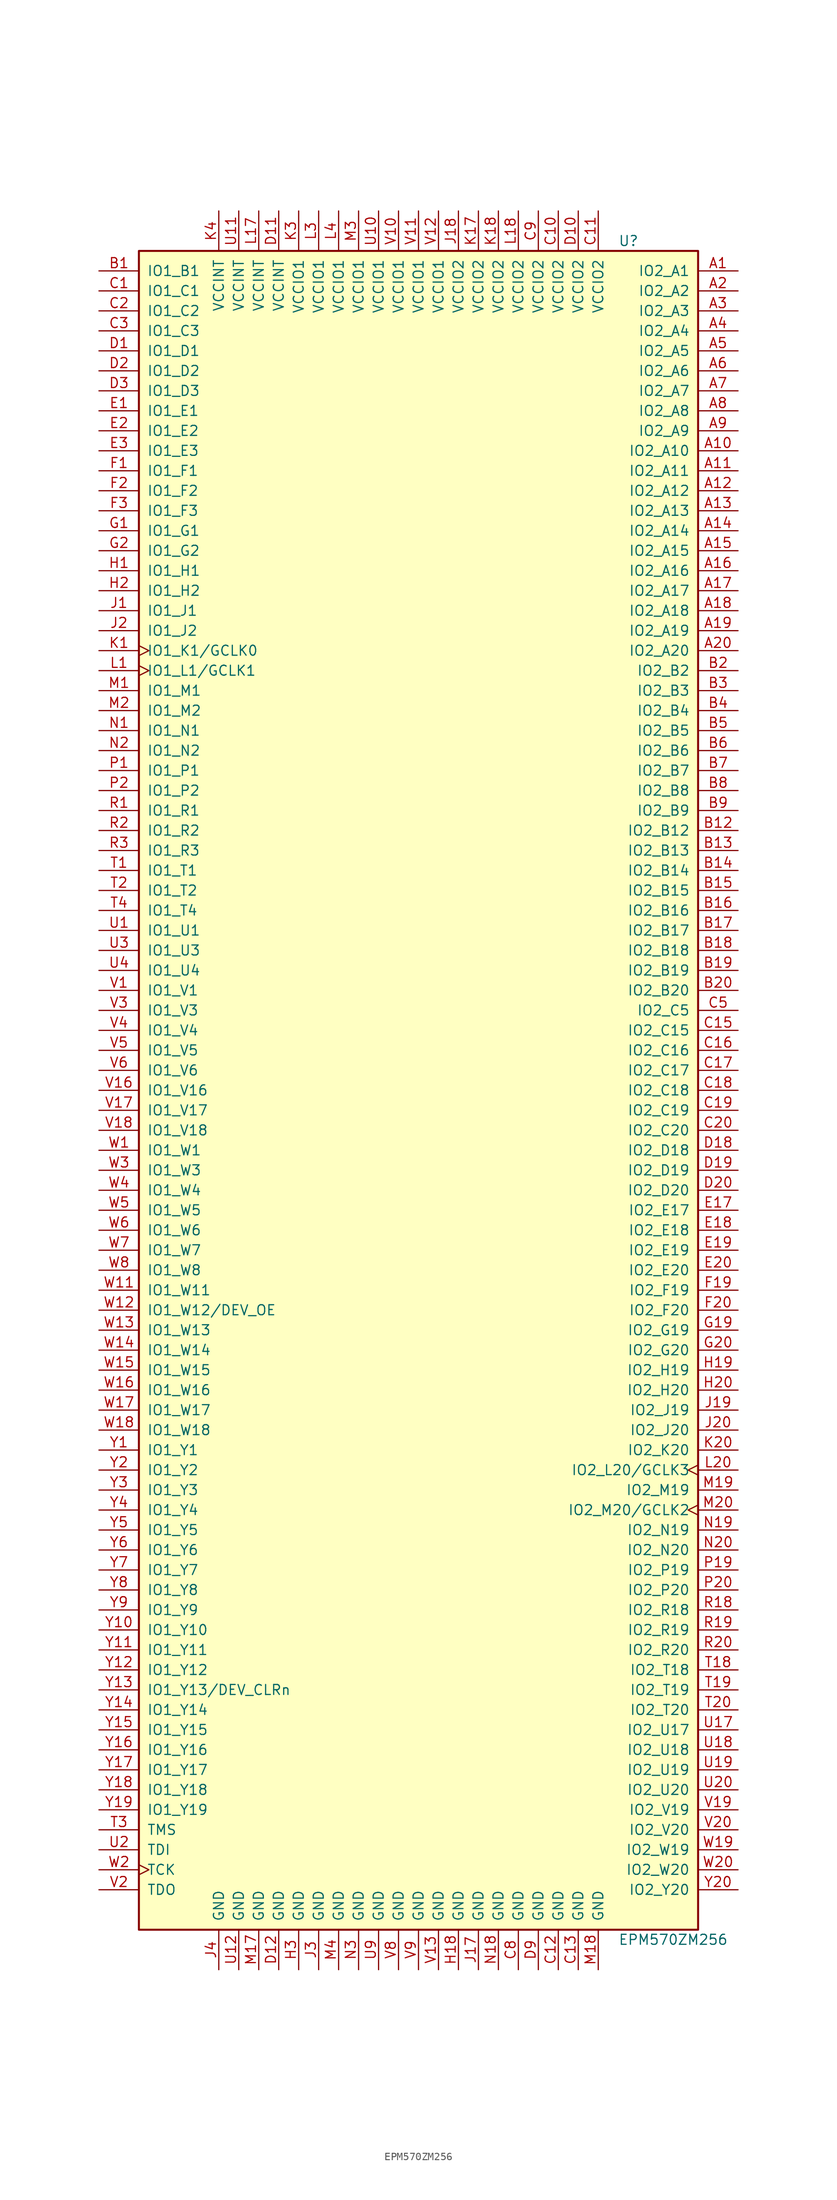
<source format=kicad_sym>
(kicad_symbol_lib
  (version 20201005)
  (generator kicad_symbol_editor)
  (symbol "CPLD_Altera:EPM570ZM256"
    (pin_names
      (offset 1.016))
    (property "Reference" "U"
      (at 25.4 107.95 0)
      (effects (font (size 1.27 1.27)) (justify left)))
    (property "Value" "EPM570ZM256"
      (at 25.4 -107.95 0)
      (effects (font (size 1.27 1.27)) (justify left)))
    (property "ki_locked" ""
      (at 0 0 0)
      (effects (font (size 1.27 1.27))))
    (symbol "EPM570ZM256_1_1"
      (rectangle (start -35.56 106.68) (end 35.56 -106.68) (stroke (width 0.254)) (fill (type background)))
      (pin bidirectional line (at 40.64 104.14 180) (length 5.08) (name "IO2_A1" (effects (font (size 1.27 1.27)))) (number "A1" (effects (font (size 1.27 1.27)))))
      (pin bidirectional line (at 40.64 101.6 180) (length 5.08) (name "IO2_A2" (effects (font (size 1.27 1.27)))) (number "A2" (effects (font (size 1.27 1.27)))))
      (pin bidirectional line (at 40.64 99.06 180) (length 5.08) (name "IO2_A3" (effects (font (size 1.27 1.27)))) (number "A3" (effects (font (size 1.27 1.27)))))
      (pin bidirectional line (at 40.64 96.52 180) (length 5.08) (name "IO2_A4" (effects (font (size 1.27 1.27)))) (number "A4" (effects (font (size 1.27 1.27)))))
      (pin bidirectional line (at 40.64 93.98 180) (length 5.08) (name "IO2_A5" (effects (font (size 1.27 1.27)))) (number "A5" (effects (font (size 1.27 1.27)))))
      (pin bidirectional line (at 40.64 91.44 180) (length 5.08) (name "IO2_A6" (effects (font (size 1.27 1.27)))) (number "A6" (effects (font (size 1.27 1.27)))))
      (pin bidirectional line (at 40.64 88.9 180) (length 5.08) (name "IO2_A7" (effects (font (size 1.27 1.27)))) (number "A7" (effects (font (size 1.27 1.27)))))
      (pin bidirectional line (at 40.64 86.36 180) (length 5.08) (name "IO2_A8" (effects (font (size 1.27 1.27)))) (number "A8" (effects (font (size 1.27 1.27)))))
      (pin bidirectional line (at 40.64 83.82 180) (length 5.08) (name "IO2_A9" (effects (font (size 1.27 1.27)))) (number "A9" (effects (font (size 1.27 1.27)))))
      (pin bidirectional line (at 40.64 81.28 180) (length 5.08) (name "IO2_A10" (effects (font (size 1.27 1.27)))) (number "A10" (effects (font (size 1.27 1.27)))))
      (pin bidirectional line (at 40.64 78.74 180) (length 5.08) (name "IO2_A11" (effects (font (size 1.27 1.27)))) (number "A11" (effects (font (size 1.27 1.27)))))
      (pin bidirectional line (at 40.64 76.2 180) (length 5.08) (name "IO2_A12" (effects (font (size 1.27 1.27)))) (number "A12" (effects (font (size 1.27 1.27)))))
      (pin bidirectional line (at 40.64 73.66 180) (length 5.08) (name "IO2_A13" (effects (font (size 1.27 1.27)))) (number "A13" (effects (font (size 1.27 1.27)))))
      (pin bidirectional line (at 40.64 71.12 180) (length 5.08) (name "IO2_A14" (effects (font (size 1.27 1.27)))) (number "A14" (effects (font (size 1.27 1.27)))))
      (pin bidirectional line (at 40.64 68.58 180) (length 5.08) (name "IO2_A15" (effects (font (size 1.27 1.27)))) (number "A15" (effects (font (size 1.27 1.27)))))
      (pin bidirectional line (at 40.64 66.04 180) (length 5.08) (name "IO2_A16" (effects (font (size 1.27 1.27)))) (number "A16" (effects (font (size 1.27 1.27)))))
      (pin bidirectional line (at 40.64 63.5 180) (length 5.08) (name "IO2_A17" (effects (font (size 1.27 1.27)))) (number "A17" (effects (font (size 1.27 1.27)))))
      (pin bidirectional line (at 40.64 60.96 180) (length 5.08) (name "IO2_A18" (effects (font (size 1.27 1.27)))) (number "A18" (effects (font (size 1.27 1.27)))))
      (pin bidirectional line (at 40.64 58.42 180) (length 5.08) (name "IO2_A19" (effects (font (size 1.27 1.27)))) (number "A19" (effects (font (size 1.27 1.27)))))
      (pin bidirectional line (at 40.64 55.88 180) (length 5.08) (name "IO2_A20" (effects (font (size 1.27 1.27)))) (number "A20" (effects (font (size 1.27 1.27)))))
      (pin bidirectional line (at -40.64 104.14 0) (length 5.08) (name "IO1_B1" (effects (font (size 1.27 1.27)))) (number "B1" (effects (font (size 1.27 1.27)))))
      (pin bidirectional line (at 40.64 53.34 180) (length 5.08) (name "IO2_B2" (effects (font (size 1.27 1.27)))) (number "B2" (effects (font (size 1.27 1.27)))))
      (pin bidirectional line (at 40.64 50.8 180) (length 5.08) (name "IO2_B3" (effects (font (size 1.27 1.27)))) (number "B3" (effects (font (size 1.27 1.27)))))
      (pin bidirectional line (at 40.64 48.26 180) (length 5.08) (name "IO2_B4" (effects (font (size 1.27 1.27)))) (number "B4" (effects (font (size 1.27 1.27)))))
      (pin bidirectional line (at 40.64 45.72 180) (length 5.08) (name "IO2_B5" (effects (font (size 1.27 1.27)))) (number "B5" (effects (font (size 1.27 1.27)))))
      (pin bidirectional line (at 40.64 43.18 180) (length 5.08) (name "IO2_B6" (effects (font (size 1.27 1.27)))) (number "B6" (effects (font (size 1.27 1.27)))))
      (pin bidirectional line (at 40.64 40.64 180) (length 5.08) (name "IO2_B7" (effects (font (size 1.27 1.27)))) (number "B7" (effects (font (size 1.27 1.27)))))
      (pin bidirectional line (at 40.64 38.1 180) (length 5.08) (name "IO2_B8" (effects (font (size 1.27 1.27)))) (number "B8" (effects (font (size 1.27 1.27)))))
      (pin bidirectional line (at 40.64 35.56 180) (length 5.08) (name "IO2_B9" (effects (font (size 1.27 1.27)))) (number "B9" (effects (font (size 1.27 1.27)))))
      (pin bidirectional line (at 40.64 33.02 180) (length 5.08) (name "IO2_B12" (effects (font (size 1.27 1.27)))) (number "B12" (effects (font (size 1.27 1.27)))))
      (pin bidirectional line (at 40.64 30.48 180) (length 5.08) (name "IO2_B13" (effects (font (size 1.27 1.27)))) (number "B13" (effects (font (size 1.27 1.27)))))
      (pin bidirectional line (at 40.64 27.94 180) (length 5.08) (name "IO2_B14" (effects (font (size 1.27 1.27)))) (number "B14" (effects (font (size 1.27 1.27)))))
      (pin bidirectional line (at 40.64 25.4 180) (length 5.08) (name "IO2_B15" (effects (font (size 1.27 1.27)))) (number "B15" (effects (font (size 1.27 1.27)))))
      (pin bidirectional line (at 40.64 22.86 180) (length 5.08) (name "IO2_B16" (effects (font (size 1.27 1.27)))) (number "B16" (effects (font (size 1.27 1.27)))))
      (pin bidirectional line (at 40.64 20.32 180) (length 5.08) (name "IO2_B17" (effects (font (size 1.27 1.27)))) (number "B17" (effects (font (size 1.27 1.27)))))
      (pin bidirectional line (at 40.64 17.78 180) (length 5.08) (name "IO2_B18" (effects (font (size 1.27 1.27)))) (number "B18" (effects (font (size 1.27 1.27)))))
      (pin bidirectional line (at 40.64 15.24 180) (length 5.08) (name "IO2_B19" (effects (font (size 1.27 1.27)))) (number "B19" (effects (font (size 1.27 1.27)))))
      (pin bidirectional line (at 40.64 12.7 180) (length 5.08) (name "IO2_B20" (effects (font (size 1.27 1.27)))) (number "B20" (effects (font (size 1.27 1.27)))))
      (pin bidirectional line (at -40.64 101.6 0) (length 5.08) (name "IO1_C1" (effects (font (size 1.27 1.27)))) (number "C1" (effects (font (size 1.27 1.27)))))
      (pin bidirectional line (at -40.64 99.06 0) (length 5.08) (name "IO1_C2" (effects (font (size 1.27 1.27)))) (number "C2" (effects (font (size 1.27 1.27)))))
      (pin bidirectional line (at -40.64 96.52 0) (length 5.08) (name "IO1_C3" (effects (font (size 1.27 1.27)))) (number "C3" (effects (font (size 1.27 1.27)))))
      (pin bidirectional line (at 40.64 10.16 180) (length 5.08) (name "IO2_C5" (effects (font (size 1.27 1.27)))) (number "C5" (effects (font (size 1.27 1.27)))))
      (pin bidirectional line (at 40.64 7.62 180) (length 5.08) (name "IO2_C15" (effects (font (size 1.27 1.27)))) (number "C15" (effects (font (size 1.27 1.27)))))
      (pin bidirectional line (at 40.64 5.08 180) (length 5.08) (name "IO2_C16" (effects (font (size 1.27 1.27)))) (number "C16" (effects (font (size 1.27 1.27)))))
      (pin bidirectional line (at 40.64 2.54 180) (length 5.08) (name "IO2_C17" (effects (font (size 1.27 1.27)))) (number "C17" (effects (font (size 1.27 1.27)))))
      (pin bidirectional line (at 40.64 0 180) (length 5.08) (name "IO2_C18" (effects (font (size 1.27 1.27)))) (number "C18" (effects (font (size 1.27 1.27)))))
      (pin bidirectional line (at 40.64 -2.54 180) (length 5.08) (name "IO2_C19" (effects (font (size 1.27 1.27)))) (number "C19" (effects (font (size 1.27 1.27)))))
      (pin bidirectional line (at 40.64 -5.08 180) (length 5.08) (name "IO2_C20" (effects (font (size 1.27 1.27)))) (number "C20" (effects (font (size 1.27 1.27)))))
      (pin bidirectional line (at -40.64 93.98 0) (length 5.08) (name "IO1_D1" (effects (font (size 1.27 1.27)))) (number "D1" (effects (font (size 1.27 1.27)))))
      (pin bidirectional line (at -40.64 91.44 0) (length 5.08) (name "IO1_D2" (effects (font (size 1.27 1.27)))) (number "D2" (effects (font (size 1.27 1.27)))))
      (pin bidirectional line (at -40.64 88.9 0) (length 5.08) (name "IO1_D3" (effects (font (size 1.27 1.27)))) (number "D3" (effects (font (size 1.27 1.27)))))
      (pin bidirectional line (at 40.64 -7.62 180) (length 5.08) (name "IO2_D18" (effects (font (size 1.27 1.27)))) (number "D18" (effects (font (size 1.27 1.27)))))
      (pin bidirectional line (at 40.64 -10.16 180) (length 5.08) (name "IO2_D19" (effects (font (size 1.27 1.27)))) (number "D19" (effects (font (size 1.27 1.27)))))
      (pin bidirectional line (at 40.64 -12.7 180) (length 5.08) (name "IO2_D20" (effects (font (size 1.27 1.27)))) (number "D20" (effects (font (size 1.27 1.27)))))
      (pin bidirectional line (at -40.64 86.36 0) (length 5.08) (name "IO1_E1" (effects (font (size 1.27 1.27)))) (number "E1" (effects (font (size 1.27 1.27)))))
      (pin bidirectional line (at -40.64 83.82 0) (length 5.08) (name "IO1_E2" (effects (font (size 1.27 1.27)))) (number "E2" (effects (font (size 1.27 1.27)))))
      (pin bidirectional line (at -40.64 81.28 0) (length 5.08) (name "IO1_E3" (effects (font (size 1.27 1.27)))) (number "E3" (effects (font (size 1.27 1.27)))))
      (pin bidirectional line (at 40.64 -15.24 180) (length 5.08) (name "IO2_E17" (effects (font (size 1.27 1.27)))) (number "E17" (effects (font (size 1.27 1.27)))))
      (pin bidirectional line (at 40.64 -17.78 180) (length 5.08) (name "IO2_E18" (effects (font (size 1.27 1.27)))) (number "E18" (effects (font (size 1.27 1.27)))))
      (pin bidirectional line (at 40.64 -20.32 180) (length 5.08) (name "IO2_E19" (effects (font (size 1.27 1.27)))) (number "E19" (effects (font (size 1.27 1.27)))))
      (pin bidirectional line (at 40.64 -22.86 180) (length 5.08) (name "IO2_E20" (effects (font (size 1.27 1.27)))) (number "E20" (effects (font (size 1.27 1.27)))))
      (pin bidirectional line (at -40.64 78.74 0) (length 5.08) (name "IO1_F1" (effects (font (size 1.27 1.27)))) (number "F1" (effects (font (size 1.27 1.27)))))
      (pin bidirectional line (at -40.64 76.2 0) (length 5.08) (name "IO1_F2" (effects (font (size 1.27 1.27)))) (number "F2" (effects (font (size 1.27 1.27)))))
      (pin bidirectional line (at -40.64 73.66 0) (length 5.08) (name "IO1_F3" (effects (font (size 1.27 1.27)))) (number "F3" (effects (font (size 1.27 1.27)))))
      (pin bidirectional line (at 40.64 -25.4 180) (length 5.08) (name "IO2_F19" (effects (font (size 1.27 1.27)))) (number "F19" (effects (font (size 1.27 1.27)))))
      (pin bidirectional line (at 40.64 -27.94 180) (length 5.08) (name "IO2_F20" (effects (font (size 1.27 1.27)))) (number "F20" (effects (font (size 1.27 1.27)))))
      (pin bidirectional line (at -40.64 71.12 0) (length 5.08) (name "IO1_G1" (effects (font (size 1.27 1.27)))) (number "G1" (effects (font (size 1.27 1.27)))))
      (pin bidirectional line (at -40.64 68.58 0) (length 5.08) (name "IO1_G2" (effects (font (size 1.27 1.27)))) (number "G2" (effects (font (size 1.27 1.27)))))
      (pin bidirectional line (at 40.64 -30.48 180) (length 5.08) (name "IO2_G19" (effects (font (size 1.27 1.27)))) (number "G19" (effects (font (size 1.27 1.27)))))
      (pin bidirectional line (at 40.64 -33.02 180) (length 5.08) (name "IO2_G20" (effects (font (size 1.27 1.27)))) (number "G20" (effects (font (size 1.27 1.27)))))
      (pin bidirectional line (at -40.64 66.04 0) (length 5.08) (name "IO1_H1" (effects (font (size 1.27 1.27)))) (number "H1" (effects (font (size 1.27 1.27)))))
      (pin bidirectional line (at -40.64 63.5 0) (length 5.08) (name "IO1_H2" (effects (font (size 1.27 1.27)))) (number "H2" (effects (font (size 1.27 1.27)))))
      (pin bidirectional line (at 40.64 -35.56 180) (length 5.08) (name "IO2_H19" (effects (font (size 1.27 1.27)))) (number "H19" (effects (font (size 1.27 1.27)))))
      (pin bidirectional line (at 40.64 -38.1 180) (length 5.08) (name "IO2_H20" (effects (font (size 1.27 1.27)))) (number "H20" (effects (font (size 1.27 1.27)))))
      (pin bidirectional line (at -40.64 60.96 0) (length 5.08) (name "IO1_J1" (effects (font (size 1.27 1.27)))) (number "J1" (effects (font (size 1.27 1.27)))))
      (pin bidirectional line (at -40.64 58.42 0) (length 5.08) (name "IO1_J2" (effects (font (size 1.27 1.27)))) (number "J2" (effects (font (size 1.27 1.27)))))
      (pin bidirectional line (at 40.64 -40.64 180) (length 5.08) (name "IO2_J19" (effects (font (size 1.27 1.27)))) (number "J19" (effects (font (size 1.27 1.27)))))
      (pin bidirectional line (at 40.64 -43.18 180) (length 5.08) (name "IO2_J20" (effects (font (size 1.27 1.27)))) (number "J20" (effects (font (size 1.27 1.27)))))
      (pin bidirectional clock (at -40.64 55.88 0) (length 5.08) (name "IO1_K1/GCLK0" (effects (font (size 1.27 1.27)))) (number "K1" (effects (font (size 1.27 1.27)))))
      (pin bidirectional line (at 40.64 -45.72 180) (length 5.08) (name "IO2_K20" (effects (font (size 1.27 1.27)))) (number "K20" (effects (font (size 1.27 1.27)))))
      (pin bidirectional clock (at -40.64 53.34 0) (length 5.08) (name "IO1_L1/GCLK1" (effects (font (size 1.27 1.27)))) (number "L1" (effects (font (size 1.27 1.27)))))
      (pin bidirectional clock (at 40.64 -48.26 180) (length 5.08) (name "IO2_L20/GCLK3" (effects (font (size 1.27 1.27)))) (number "L20" (effects (font (size 1.27 1.27)))))
      (pin bidirectional line (at -40.64 50.8 0) (length 5.08) (name "IO1_M1" (effects (font (size 1.27 1.27)))) (number "M1" (effects (font (size 1.27 1.27)))))
      (pin bidirectional line (at -40.64 48.26 0) (length 5.08) (name "IO1_M2" (effects (font (size 1.27 1.27)))) (number "M2" (effects (font (size 1.27 1.27)))))
      (pin bidirectional line (at 40.64 -50.8 180) (length 5.08) (name "IO2_M19" (effects (font (size 1.27 1.27)))) (number "M19" (effects (font (size 1.27 1.27)))))
      (pin bidirectional clock (at 40.64 -53.34 180) (length 5.08) (name "IO2_M20/GCLK2" (effects (font (size 1.27 1.27)))) (number "M20" (effects (font (size 1.27 1.27)))))
      (pin bidirectional line (at -40.64 45.72 0) (length 5.08) (name "IO1_N1" (effects (font (size 1.27 1.27)))) (number "N1" (effects (font (size 1.27 1.27)))))
      (pin bidirectional line (at -40.64 43.18 0) (length 5.08) (name "IO1_N2" (effects (font (size 1.27 1.27)))) (number "N2" (effects (font (size 1.27 1.27)))))
      (pin bidirectional line (at 40.64 -55.88 180) (length 5.08) (name "IO2_N19" (effects (font (size 1.27 1.27)))) (number "N19" (effects (font (size 1.27 1.27)))))
      (pin bidirectional line (at 40.64 -58.42 180) (length 5.08) (name "IO2_N20" (effects (font (size 1.27 1.27)))) (number "N20" (effects (font (size 1.27 1.27)))))
      (pin bidirectional line (at -40.64 40.64 0) (length 5.08) (name "IO1_P1" (effects (font (size 1.27 1.27)))) (number "P1" (effects (font (size 1.27 1.27)))))
      (pin bidirectional line (at -40.64 38.1 0) (length 5.08) (name "IO1_P2" (effects (font (size 1.27 1.27)))) (number "P2" (effects (font (size 1.27 1.27)))))
      (pin bidirectional line (at 40.64 -60.96 180) (length 5.08) (name "IO2_P19" (effects (font (size 1.27 1.27)))) (number "P19" (effects (font (size 1.27 1.27)))))
      (pin bidirectional line (at 40.64 -63.5 180) (length 5.08) (name "IO2_P20" (effects (font (size 1.27 1.27)))) (number "P20" (effects (font (size 1.27 1.27)))))
      (pin bidirectional line (at -40.64 35.56 0) (length 5.08) (name "IO1_R1" (effects (font (size 1.27 1.27)))) (number "R1" (effects (font (size 1.27 1.27)))))
      (pin bidirectional line (at -40.64 33.02 0) (length 5.08) (name "IO1_R2" (effects (font (size 1.27 1.27)))) (number "R2" (effects (font (size 1.27 1.27)))))
      (pin bidirectional line (at -40.64 30.48 0) (length 5.08) (name "IO1_R3" (effects (font (size 1.27 1.27)))) (number "R3" (effects (font (size 1.27 1.27)))))
      (pin bidirectional line (at 40.64 -66.04 180) (length 5.08) (name "IO2_R18" (effects (font (size 1.27 1.27)))) (number "R18" (effects (font (size 1.27 1.27)))))
      (pin bidirectional line (at 40.64 -68.58 180) (length 5.08) (name "IO2_R19" (effects (font (size 1.27 1.27)))) (number "R19" (effects (font (size 1.27 1.27)))))
      (pin bidirectional line (at 40.64 -71.12 180) (length 5.08) (name "IO2_R20" (effects (font (size 1.27 1.27)))) (number "R20" (effects (font (size 1.27 1.27)))))
      (pin bidirectional line (at -40.64 27.94 0) (length 5.08) (name "IO1_T1" (effects (font (size 1.27 1.27)))) (number "T1" (effects (font (size 1.27 1.27)))))
      (pin bidirectional line (at -40.64 25.4 0) (length 5.08) (name "IO1_T2" (effects (font (size 1.27 1.27)))) (number "T2" (effects (font (size 1.27 1.27)))))
      (pin bidirectional line (at -40.64 22.86 0) (length 5.08) (name "IO1_T4" (effects (font (size 1.27 1.27)))) (number "T4" (effects (font (size 1.27 1.27)))))
      (pin bidirectional line (at 40.64 -73.66 180) (length 5.08) (name "IO2_T18" (effects (font (size 1.27 1.27)))) (number "T18" (effects (font (size 1.27 1.27)))))
      (pin bidirectional line (at 40.64 -76.2 180) (length 5.08) (name "IO2_T19" (effects (font (size 1.27 1.27)))) (number "T19" (effects (font (size 1.27 1.27)))))
      (pin bidirectional line (at 40.64 -78.74 180) (length 5.08) (name "IO2_T20" (effects (font (size 1.27 1.27)))) (number "T20" (effects (font (size 1.27 1.27)))))
      (pin bidirectional line (at -40.64 20.32 0) (length 5.08) (name "IO1_U1" (effects (font (size 1.27 1.27)))) (number "U1" (effects (font (size 1.27 1.27)))))
      (pin bidirectional line (at -40.64 17.78 0) (length 5.08) (name "IO1_U3" (effects (font (size 1.27 1.27)))) (number "U3" (effects (font (size 1.27 1.27)))))
      (pin bidirectional line (at -40.64 15.24 0) (length 5.08) (name "IO1_U4" (effects (font (size 1.27 1.27)))) (number "U4" (effects (font (size 1.27 1.27)))))
      (pin bidirectional line (at 40.64 -81.28 180) (length 5.08) (name "IO2_U17" (effects (font (size 1.27 1.27)))) (number "U17" (effects (font (size 1.27 1.27)))))
      (pin bidirectional line (at 40.64 -83.82 180) (length 5.08) (name "IO2_U18" (effects (font (size 1.27 1.27)))) (number "U18" (effects (font (size 1.27 1.27)))))
      (pin bidirectional line (at 40.64 -86.36 180) (length 5.08) (name "IO2_U19" (effects (font (size 1.27 1.27)))) (number "U19" (effects (font (size 1.27 1.27)))))
      (pin bidirectional line (at 40.64 -88.9 180) (length 5.08) (name "IO2_U20" (effects (font (size 1.27 1.27)))) (number "U20" (effects (font (size 1.27 1.27)))))
      (pin bidirectional line (at -40.64 12.7 0) (length 5.08) (name "IO1_V1" (effects (font (size 1.27 1.27)))) (number "V1" (effects (font (size 1.27 1.27)))))
      (pin bidirectional line (at -40.64 10.16 0) (length 5.08) (name "IO1_V3" (effects (font (size 1.27 1.27)))) (number "V3" (effects (font (size 1.27 1.27)))))
      (pin bidirectional line (at -40.64 7.62 0) (length 5.08) (name "IO1_V4" (effects (font (size 1.27 1.27)))) (number "V4" (effects (font (size 1.27 1.27)))))
      (pin bidirectional line (at -40.64 5.08 0) (length 5.08) (name "IO1_V5" (effects (font (size 1.27 1.27)))) (number "V5" (effects (font (size 1.27 1.27)))))
      (pin bidirectional line (at -40.64 2.54 0) (length 5.08) (name "IO1_V6" (effects (font (size 1.27 1.27)))) (number "V6" (effects (font (size 1.27 1.27)))))
      (pin bidirectional line (at -40.64 0 0) (length 5.08) (name "IO1_V16" (effects (font (size 1.27 1.27)))) (number "V16" (effects (font (size 1.27 1.27)))))
      (pin bidirectional line (at -40.64 -2.54 0) (length 5.08) (name "IO1_V17" (effects (font (size 1.27 1.27)))) (number "V17" (effects (font (size 1.27 1.27)))))
      (pin bidirectional line (at -40.64 -5.08 0) (length 5.08) (name "IO1_V18" (effects (font (size 1.27 1.27)))) (number "V18" (effects (font (size 1.27 1.27)))))
      (pin bidirectional line (at 40.64 -91.44 180) (length 5.08) (name "IO2_V19" (effects (font (size 1.27 1.27)))) (number "V19" (effects (font (size 1.27 1.27)))))
      (pin bidirectional line (at 40.64 -93.98 180) (length 5.08) (name "IO2_V20" (effects (font (size 1.27 1.27)))) (number "V20" (effects (font (size 1.27 1.27)))))
      (pin bidirectional line (at -40.64 -7.62 0) (length 5.08) (name "IO1_W1" (effects (font (size 1.27 1.27)))) (number "W1" (effects (font (size 1.27 1.27)))))
      (pin bidirectional line (at -40.64 -10.16 0) (length 5.08) (name "IO1_W3" (effects (font (size 1.27 1.27)))) (number "W3" (effects (font (size 1.27 1.27)))))
      (pin bidirectional line (at -40.64 -12.7 0) (length 5.08) (name "IO1_W4" (effects (font (size 1.27 1.27)))) (number "W4" (effects (font (size 1.27 1.27)))))
      (pin bidirectional line (at -40.64 -15.24 0) (length 5.08) (name "IO1_W5" (effects (font (size 1.27 1.27)))) (number "W5" (effects (font (size 1.27 1.27)))))
      (pin bidirectional line (at -40.64 -17.78 0) (length 5.08) (name "IO1_W6" (effects (font (size 1.27 1.27)))) (number "W6" (effects (font (size 1.27 1.27)))))
      (pin bidirectional line (at -40.64 -20.32 0) (length 5.08) (name "IO1_W7" (effects (font (size 1.27 1.27)))) (number "W7" (effects (font (size 1.27 1.27)))))
      (pin bidirectional line (at -40.64 -22.86 0) (length 5.08) (name "IO1_W8" (effects (font (size 1.27 1.27)))) (number "W8" (effects (font (size 1.27 1.27)))))
      (pin bidirectional line (at -40.64 -25.4 0) (length 5.08) (name "IO1_W11" (effects (font (size 1.27 1.27)))) (number "W11" (effects (font (size 1.27 1.27)))))
      (pin bidirectional line (at -40.64 -27.94 0) (length 5.08) (name "IO1_W12/DEV_OE" (effects (font (size 1.27 1.27)))) (number "W12" (effects (font (size 1.27 1.27)))))
      (pin bidirectional line (at -40.64 -30.48 0) (length 5.08) (name "IO1_W13" (effects (font (size 1.27 1.27)))) (number "W13" (effects (font (size 1.27 1.27)))))
      (pin bidirectional line (at -40.64 -33.02 0) (length 5.08) (name "IO1_W14" (effects (font (size 1.27 1.27)))) (number "W14" (effects (font (size 1.27 1.27)))))
      (pin bidirectional line (at -40.64 -35.56 0) (length 5.08) (name "IO1_W15" (effects (font (size 1.27 1.27)))) (number "W15" (effects (font (size 1.27 1.27)))))
      (pin bidirectional line (at -40.64 -38.1 0) (length 5.08) (name "IO1_W16" (effects (font (size 1.27 1.27)))) (number "W16" (effects (font (size 1.27 1.27)))))
      (pin bidirectional line (at -40.64 -40.64 0) (length 5.08) (name "IO1_W17" (effects (font (size 1.27 1.27)))) (number "W17" (effects (font (size 1.27 1.27)))))
      (pin bidirectional line (at -40.64 -43.18 0) (length 5.08) (name "IO1_W18" (effects (font (size 1.27 1.27)))) (number "W18" (effects (font (size 1.27 1.27)))))
      (pin bidirectional line (at 40.64 -96.52 180) (length 5.08) (name "IO2_W19" (effects (font (size 1.27 1.27)))) (number "W19" (effects (font (size 1.27 1.27)))))
      (pin bidirectional line (at 40.64 -99.06 180) (length 5.08) (name "IO2_W20" (effects (font (size 1.27 1.27)))) (number "W20" (effects (font (size 1.27 1.27)))))
      (pin bidirectional line (at -40.64 -45.72 0) (length 5.08) (name "IO1_Y1" (effects (font (size 1.27 1.27)))) (number "Y1" (effects (font (size 1.27 1.27)))))
      (pin bidirectional line (at -40.64 -48.26 0) (length 5.08) (name "IO1_Y2" (effects (font (size 1.27 1.27)))) (number "Y2" (effects (font (size 1.27 1.27)))))
      (pin bidirectional line (at -40.64 -50.8 0) (length 5.08) (name "IO1_Y3" (effects (font (size 1.27 1.27)))) (number "Y3" (effects (font (size 1.27 1.27)))))
      (pin bidirectional line (at -40.64 -53.34 0) (length 5.08) (name "IO1_Y4" (effects (font (size 1.27 1.27)))) (number "Y4" (effects (font (size 1.27 1.27)))))
      (pin bidirectional line (at -40.64 -55.88 0) (length 5.08) (name "IO1_Y5" (effects (font (size 1.27 1.27)))) (number "Y5" (effects (font (size 1.27 1.27)))))
      (pin bidirectional line (at -40.64 -58.42 0) (length 5.08) (name "IO1_Y6" (effects (font (size 1.27 1.27)))) (number "Y6" (effects (font (size 1.27 1.27)))))
      (pin bidirectional line (at -40.64 -60.96 0) (length 5.08) (name "IO1_Y7" (effects (font (size 1.27 1.27)))) (number "Y7" (effects (font (size 1.27 1.27)))))
      (pin bidirectional line (at -40.64 -63.5 0) (length 5.08) (name "IO1_Y8" (effects (font (size 1.27 1.27)))) (number "Y8" (effects (font (size 1.27 1.27)))))
      (pin bidirectional line (at -40.64 -66.04 0) (length 5.08) (name "IO1_Y9" (effects (font (size 1.27 1.27)))) (number "Y9" (effects (font (size 1.27 1.27)))))
      (pin bidirectional line (at -40.64 -68.58 0) (length 5.08) (name "IO1_Y10" (effects (font (size 1.27 1.27)))) (number "Y10" (effects (font (size 1.27 1.27)))))
      (pin bidirectional line (at -40.64 -71.12 0) (length 5.08) (name "IO1_Y11" (effects (font (size 1.27 1.27)))) (number "Y11" (effects (font (size 1.27 1.27)))))
      (pin bidirectional line (at -40.64 -73.66 0) (length 5.08) (name "IO1_Y12" (effects (font (size 1.27 1.27)))) (number "Y12" (effects (font (size 1.27 1.27)))))
      (pin bidirectional line (at -40.64 -76.2 0) (length 5.08) (name "IO1_Y13/DEV_CLRn" (effects (font (size 1.27 1.27)))) (number "Y13" (effects (font (size 1.27 1.27)))))
      (pin bidirectional line (at -40.64 -78.74 0) (length 5.08) (name "IO1_Y14" (effects (font (size 1.27 1.27)))) (number "Y14" (effects (font (size 1.27 1.27)))))
      (pin bidirectional line (at -40.64 -81.28 0) (length 5.08) (name "IO1_Y15" (effects (font (size 1.27 1.27)))) (number "Y15" (effects (font (size 1.27 1.27)))))
      (pin bidirectional line (at -40.64 -83.82 0) (length 5.08) (name "IO1_Y16" (effects (font (size 1.27 1.27)))) (number "Y16" (effects (font (size 1.27 1.27)))))
      (pin bidirectional line (at -40.64 -86.36 0) (length 5.08) (name "IO1_Y17" (effects (font (size 1.27 1.27)))) (number "Y17" (effects (font (size 1.27 1.27)))))
      (pin bidirectional line (at -40.64 -88.9 0) (length 5.08) (name "IO1_Y18" (effects (font (size 1.27 1.27)))) (number "Y18" (effects (font (size 1.27 1.27)))))
      (pin bidirectional line (at -40.64 -91.44 0) (length 5.08) (name "IO1_Y19" (effects (font (size 1.27 1.27)))) (number "Y19" (effects (font (size 1.27 1.27)))))
      (pin bidirectional line (at 40.64 -101.6 180) (length 5.08) (name "IO2_Y20" (effects (font (size 1.27 1.27)))) (number "Y20" (effects (font (size 1.27 1.27)))))
      (pin input line (at -40.64 -93.98 0) (length 5.08) (name "TMS" (effects (font (size 1.27 1.27)))) (number "T3" (effects (font (size 1.27 1.27)))))
      (pin input line (at -40.64 -96.52 0) (length 5.08) (name "TDI" (effects (font (size 1.27 1.27)))) (number "U2" (effects (font (size 1.27 1.27)))))
      (pin input clock (at -40.64 -99.06 0) (length 5.08) (name "TCK" (effects (font (size 1.27 1.27)))) (number "W2" (effects (font (size 1.27 1.27)))))
      (pin output line (at -40.64 -101.6 0) (length 5.08) (name "TDO" (effects (font (size 1.27 1.27)))) (number "V2" (effects (font (size 1.27 1.27)))))
      (pin power_in line (at -25.4 -111.76 90) (length 5.08) (name "GND" (effects (font (size 1.27 1.27)))) (number "J4" (effects (font (size 1.27 1.27)))))
      (pin power_in line (at -22.86 -111.76 90) (length 5.08) (name "GND" (effects (font (size 1.27 1.27)))) (number "U12" (effects (font (size 1.27 1.27)))))
      (pin power_in line (at -20.32 -111.76 90) (length 5.08) (name "GND" (effects (font (size 1.27 1.27)))) (number "M17" (effects (font (size 1.27 1.27)))))
      (pin power_in line (at -17.78 -111.76 90) (length 5.08) (name "GND" (effects (font (size 1.27 1.27)))) (number "D12" (effects (font (size 1.27 1.27)))))
      (pin power_in line (at -15.24 -111.76 90) (length 5.08) (name "GND" (effects (font (size 1.27 1.27)))) (number "H3" (effects (font (size 1.27 1.27)))))
      (pin power_in line (at -12.7 -111.76 90) (length 5.08) (name "GND" (effects (font (size 1.27 1.27)))) (number "J3" (effects (font (size 1.27 1.27)))))
      (pin power_in line (at -10.16 -111.76 90) (length 5.08) (name "GND" (effects (font (size 1.27 1.27)))) (number "M4" (effects (font (size 1.27 1.27)))))
      (pin power_in line (at -7.62 -111.76 90) (length 5.08) (name "GND" (effects (font (size 1.27 1.27)))) (number "N3" (effects (font (size 1.27 1.27)))))
      (pin power_in line (at -5.08 -111.76 90) (length 5.08) (name "GND" (effects (font (size 1.27 1.27)))) (number "U9" (effects (font (size 1.27 1.27)))))
      (pin power_in line (at -2.54 -111.76 90) (length 5.08) (name "GND" (effects (font (size 1.27 1.27)))) (number "V8" (effects (font (size 1.27 1.27)))))
      (pin power_in line (at 0 -111.76 90) (length 5.08) (name "GND" (effects (font (size 1.27 1.27)))) (number "V9" (effects (font (size 1.27 1.27)))))
      (pin power_in line (at 2.54 -111.76 90) (length 5.08) (name "GND" (effects (font (size 1.27 1.27)))) (number "V13" (effects (font (size 1.27 1.27)))))
      (pin power_in line (at 5.08 -111.76 90) (length 5.08) (name "GND" (effects (font (size 1.27 1.27)))) (number "H18" (effects (font (size 1.27 1.27)))))
      (pin power_in line (at 7.62 -111.76 90) (length 5.08) (name "GND" (effects (font (size 1.27 1.27)))) (number "J17" (effects (font (size 1.27 1.27)))))
      (pin power_in line (at 10.16 -111.76 90) (length 5.08) (name "GND" (effects (font (size 1.27 1.27)))) (number "N18" (effects (font (size 1.27 1.27)))))
      (pin power_in line (at 12.7 -111.76 90) (length 5.08) (name "GND" (effects (font (size 1.27 1.27)))) (number "C8" (effects (font (size 1.27 1.27)))))
      (pin power_in line (at 15.24 -111.76 90) (length 5.08) (name "GND" (effects (font (size 1.27 1.27)))) (number "D9" (effects (font (size 1.27 1.27)))))
      (pin power_in line (at 17.78 -111.76 90) (length 5.08) (name "GND" (effects (font (size 1.27 1.27)))) (number "C12" (effects (font (size 1.27 1.27)))))
      (pin power_in line (at 20.32 -111.76 90) (length 5.08) (name "GND" (effects (font (size 1.27 1.27)))) (number "C13" (effects (font (size 1.27 1.27)))))
      (pin power_in line (at 22.86 -111.76 90) (length 5.08) (name "GND" (effects (font (size 1.27 1.27)))) (number "M18" (effects (font (size 1.27 1.27)))))
      (pin power_in line (at -25.4 111.76 270) (length 5.08) (name "VCCINT" (effects (font (size 1.27 1.27)))) (number "K4" (effects (font (size 1.27 1.27)))))
      (pin power_in line (at -22.86 111.76 270) (length 5.08) (name "VCCINT" (effects (font (size 1.27 1.27)))) (number "U11" (effects (font (size 1.27 1.27)))))
      (pin power_in line (at -20.32 111.76 270) (length 5.08) (name "VCCINT" (effects (font (size 1.27 1.27)))) (number "L17" (effects (font (size 1.27 1.27)))))
      (pin power_in line (at -17.78 111.76 270) (length 5.08) (name "VCCINT" (effects (font (size 1.27 1.27)))) (number "D11" (effects (font (size 1.27 1.27)))))
      (pin power_in line (at -15.24 111.76 270) (length 5.08) (name "VCCIO1" (effects (font (size 1.27 1.27)))) (number "K3" (effects (font (size 1.27 1.27)))))
      (pin power_in line (at -12.7 111.76 270) (length 5.08) (name "VCCIO1" (effects (font (size 1.27 1.27)))) (number "L3" (effects (font (size 1.27 1.27)))))
      (pin power_in line (at -10.16 111.76 270) (length 5.08) (name "VCCIO1" (effects (font (size 1.27 1.27)))) (number "L4" (effects (font (size 1.27 1.27)))))
      (pin power_in line (at -7.62 111.76 270) (length 5.08) (name "VCCIO1" (effects (font (size 1.27 1.27)))) (number "M3" (effects (font (size 1.27 1.27)))))
      (pin power_in line (at -5.08 111.76 270) (length 5.08) (name "VCCIO1" (effects (font (size 1.27 1.27)))) (number "U10" (effects (font (size 1.27 1.27)))))
      (pin power_in line (at -2.54 111.76 270) (length 5.08) (name "VCCIO1" (effects (font (size 1.27 1.27)))) (number "V10" (effects (font (size 1.27 1.27)))))
      (pin power_in line (at 0 111.76 270) (length 5.08) (name "VCCIO1" (effects (font (size 1.27 1.27)))) (number "V11" (effects (font (size 1.27 1.27)))))
      (pin power_in line (at 2.54 111.76 270) (length 5.08) (name "VCCIO1" (effects (font (size 1.27 1.27)))) (number "V12" (effects (font (size 1.27 1.27)))))
      (pin power_in line (at 5.08 111.76 270) (length 5.08) (name "VCCIO2" (effects (font (size 1.27 1.27)))) (number "J18" (effects (font (size 1.27 1.27)))))
      (pin power_in line (at 7.62 111.76 270) (length 5.08) (name "VCCIO2" (effects (font (size 1.27 1.27)))) (number "K17" (effects (font (size 1.27 1.27)))))
      (pin power_in line (at 10.16 111.76 270) (length 5.08) (name "VCCIO2" (effects (font (size 1.27 1.27)))) (number "K18" (effects (font (size 1.27 1.27)))))
      (pin power_in line (at 12.7 111.76 270) (length 5.08) (name "VCCIO2" (effects (font (size 1.27 1.27)))) (number "L18" (effects (font (size 1.27 1.27)))))
      (pin power_in line (at 15.24 111.76 270) (length 5.08) (name "VCCIO2" (effects (font (size 1.27 1.27)))) (number "C9" (effects (font (size 1.27 1.27)))))
      (pin power_in line (at 17.78 111.76 270) (length 5.08) (name "VCCIO2" (effects (font (size 1.27 1.27)))) (number "C10" (effects (font (size 1.27 1.27)))))
      (pin power_in line (at 20.32 111.76 270) (length 5.08) (name "VCCIO2" (effects (font (size 1.27 1.27)))) (number "D10" (effects (font (size 1.27 1.27)))))
      (pin power_in line (at 22.86 111.76 270) (length 5.08) (name "VCCIO2" (effects (font (size 1.27 1.27)))) (number "C11" (effects (font (size 1.27 1.27))))))))
</source>
